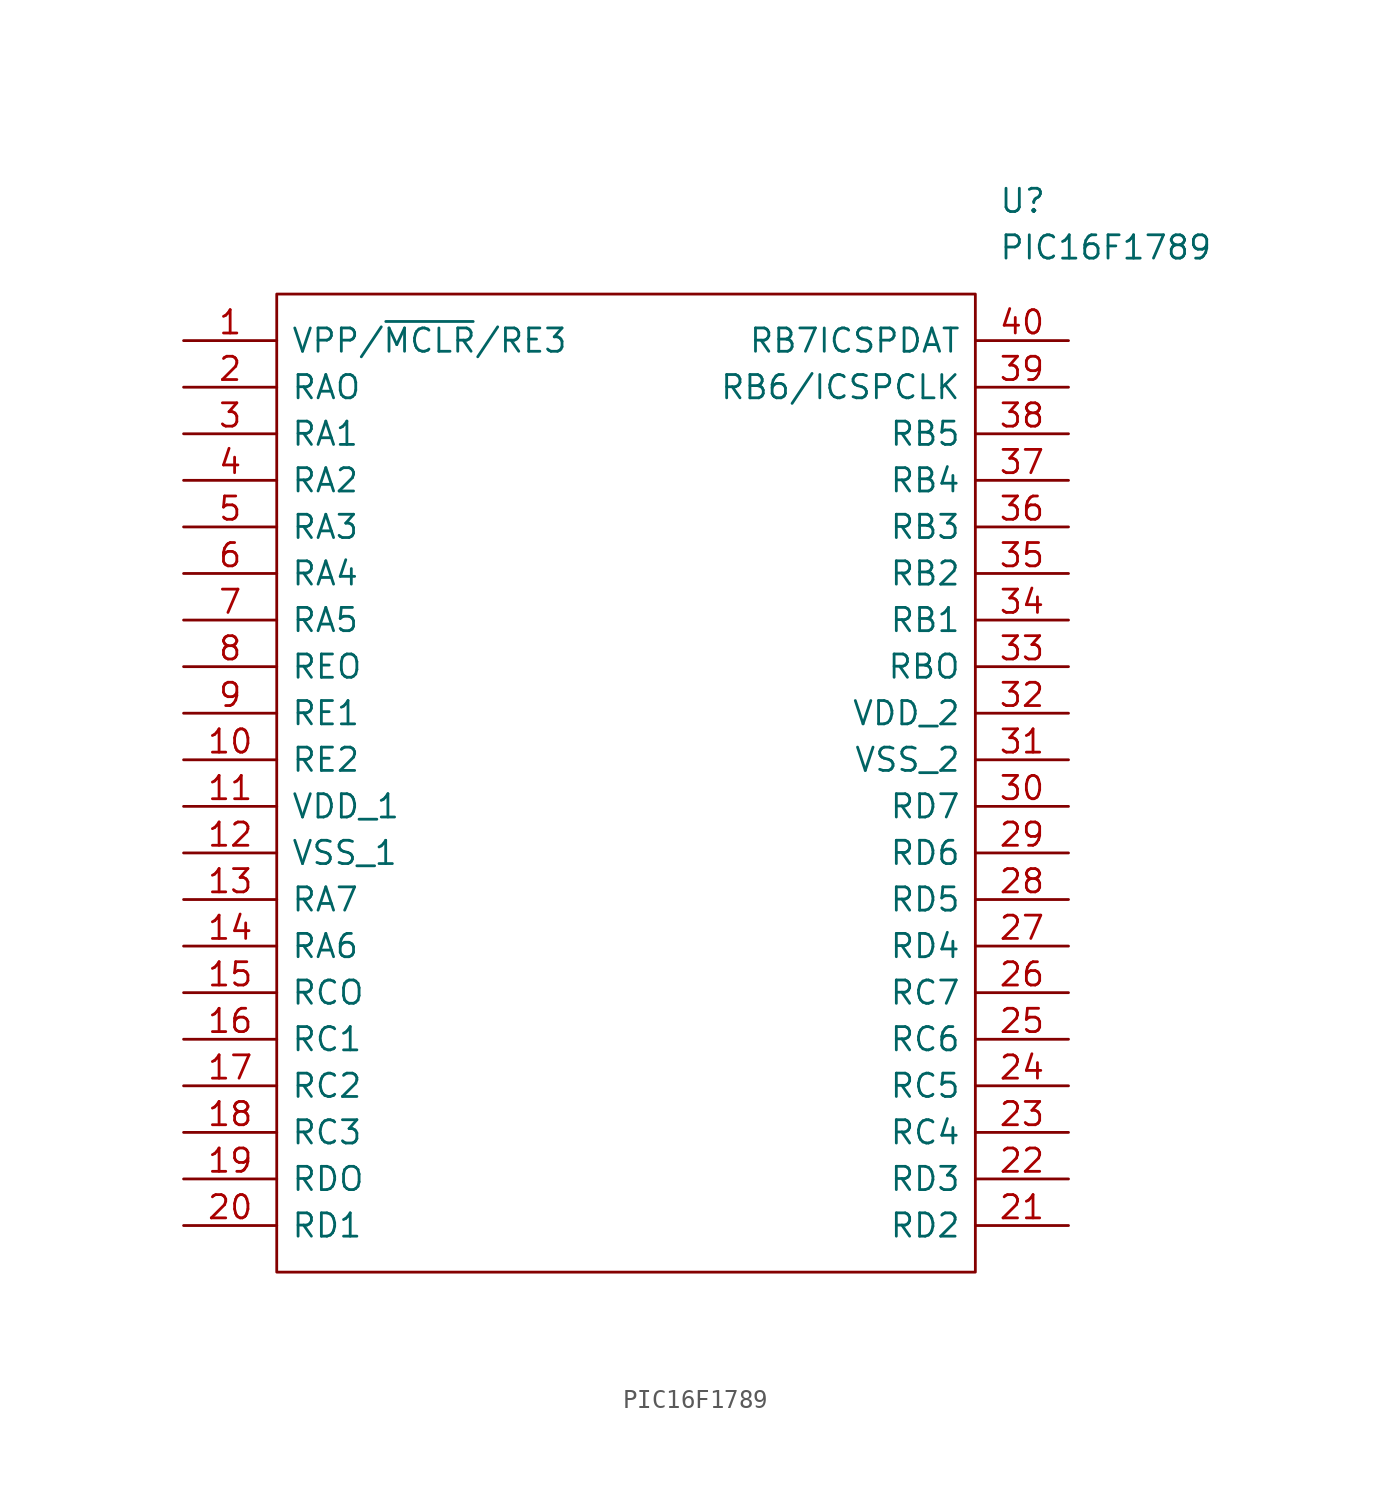
<source format=kicad_sym>
(kicad_symbol_lib
  (version 20211014)
  (generator kicad_symbol_editor)
  (symbol "PIC16F1789"
    (pin_names
      (offset 0.762))
    (property "Reference" "U"
      (at 44.45 7.62 0)
      (effects (font (size 1.27 1.27)) (justify left)))
    (property "Value" "PIC16F1789"
      (at 44.45 5.08 0)
      (effects (font (size 1.27 1.27)) (justify left)))
    (symbol "PIC16F1789_0_0"
      (pin passive line (at 0 0 0) (length 5.08) (name "VPP/~{MCLR}/RE3" (effects (font (size 1.27 1.27)))) (number "1" (effects (font (size 1.27 1.27)))))
      (pin passive line (at 0 -22.86 0) (length 5.08) (name "RE2" (effects (font (size 1.27 1.27)))) (number "10" (effects (font (size 1.27 1.27)))))
      (pin power_in line (at 0 -25.4 0) (length 5.08) (name "VDD_1" (effects (font (size 1.27 1.27)))) (number "11" (effects (font (size 1.27 1.27)))))
      (pin power_in line (at 0 -27.94 0) (length 5.08) (name "VSS_1" (effects (font (size 1.27 1.27)))) (number "12" (effects (font (size 1.27 1.27)))))
      (pin passive line (at 0 -30.48 0) (length 5.08) (name "RA7" (effects (font (size 1.27 1.27)))) (number "13" (effects (font (size 1.27 1.27)))))
      (pin passive line (at 0 -33.02 0) (length 5.08) (name "RA6" (effects (font (size 1.27 1.27)))) (number "14" (effects (font (size 1.27 1.27)))))
      (pin passive line (at 0 -35.56 0) (length 5.08) (name "RCO" (effects (font (size 1.27 1.27)))) (number "15" (effects (font (size 1.27 1.27)))))
      (pin passive line (at 0 -38.1 0) (length 5.08) (name "RC1" (effects (font (size 1.27 1.27)))) (number "16" (effects (font (size 1.27 1.27)))))
      (pin passive line (at 0 -40.64 0) (length 5.08) (name "RC2" (effects (font (size 1.27 1.27)))) (number "17" (effects (font (size 1.27 1.27)))))
      (pin passive line (at 0 -43.18 0) (length 5.08) (name "RC3" (effects (font (size 1.27 1.27)))) (number "18" (effects (font (size 1.27 1.27)))))
      (pin passive line (at 0 -45.72 0) (length 5.08) (name "RDO" (effects (font (size 1.27 1.27)))) (number "19" (effects (font (size 1.27 1.27)))))
      (pin passive line (at 0 -2.54 0) (length 5.08) (name "RAO" (effects (font (size 1.27 1.27)))) (number "2" (effects (font (size 1.27 1.27)))))
      (pin passive line (at 0 -48.26 0) (length 5.08) (name "RD1" (effects (font (size 1.27 1.27)))) (number "20" (effects (font (size 1.27 1.27)))))
      (pin passive line (at 48.26 -48.26 180) (length 5.08) (name "RD2" (effects (font (size 1.27 1.27)))) (number "21" (effects (font (size 1.27 1.27)))))
      (pin passive line (at 48.26 -45.72 180) (length 5.08) (name "RD3" (effects (font (size 1.27 1.27)))) (number "22" (effects (font (size 1.27 1.27)))))
      (pin passive line (at 48.26 -43.18 180) (length 5.08) (name "RC4" (effects (font (size 1.27 1.27)))) (number "23" (effects (font (size 1.27 1.27)))))
      (pin passive line (at 48.26 -40.64 180) (length 5.08) (name "RC5" (effects (font (size 1.27 1.27)))) (number "24" (effects (font (size 1.27 1.27)))))
      (pin passive line (at 48.26 -38.1 180) (length 5.08) (name "RC6" (effects (font (size 1.27 1.27)))) (number "25" (effects (font (size 1.27 1.27)))))
      (pin passive line (at 48.26 -35.56 180) (length 5.08) (name "RC7" (effects (font (size 1.27 1.27)))) (number "26" (effects (font (size 1.27 1.27)))))
      (pin passive line (at 48.26 -33.02 180) (length 5.08) (name "RD4" (effects (font (size 1.27 1.27)))) (number "27" (effects (font (size 1.27 1.27)))))
      (pin passive line (at 48.26 -30.48 180) (length 5.08) (name "RD5" (effects (font (size 1.27 1.27)))) (number "28" (effects (font (size 1.27 1.27)))))
      (pin passive line (at 48.26 -27.94 180) (length 5.08) (name "RD6" (effects (font (size 1.27 1.27)))) (number "29" (effects (font (size 1.27 1.27)))))
      (pin passive line (at 0 -5.08 0) (length 5.08) (name "RA1" (effects (font (size 1.27 1.27)))) (number "3" (effects (font (size 1.27 1.27)))))
      (pin passive line (at 48.26 -25.4 180) (length 5.08) (name "RD7" (effects (font (size 1.27 1.27)))) (number "30" (effects (font (size 1.27 1.27)))))
      (pin power_in line (at 48.26 -22.86 180) (length 5.08) (name "VSS_2" (effects (font (size 1.27 1.27)))) (number "31" (effects (font (size 1.27 1.27)))))
      (pin power_in line (at 48.26 -20.32 180) (length 5.08) (name "VDD_2" (effects (font (size 1.27 1.27)))) (number "32" (effects (font (size 1.27 1.27)))))
      (pin passive line (at 48.26 -17.78 180) (length 5.08) (name "RBO" (effects (font (size 1.27 1.27)))) (number "33" (effects (font (size 1.27 1.27)))))
      (pin passive line (at 48.26 -15.24 180) (length 5.08) (name "RB1" (effects (font (size 1.27 1.27)))) (number "34" (effects (font (size 1.27 1.27)))))
      (pin passive line (at 48.26 -12.7 180) (length 5.08) (name "RB2" (effects (font (size 1.27 1.27)))) (number "35" (effects (font (size 1.27 1.27)))))
      (pin passive line (at 48.26 -10.16 180) (length 5.08) (name "RB3" (effects (font (size 1.27 1.27)))) (number "36" (effects (font (size 1.27 1.27)))))
      (pin passive line (at 48.26 -7.62 180) (length 5.08) (name "RB4" (effects (font (size 1.27 1.27)))) (number "37" (effects (font (size 1.27 1.27)))))
      (pin passive line (at 48.26 -5.08 180) (length 5.08) (name "RB5" (effects (font (size 1.27 1.27)))) (number "38" (effects (font (size 1.27 1.27)))))
      (pin input line (at 48.26 -2.54 180) (length 5.08) (name "RB6/ICSPCLK" (effects (font (size 1.27 1.27)))) (number "39" (effects (font (size 1.27 1.27)))))
      (pin passive line (at 0 -7.62 0) (length 5.08) (name "RA2" (effects (font (size 1.27 1.27)))) (number "4" (effects (font (size 1.27 1.27)))))
      (pin input line (at 48.26 0 180) (length 5.08) (name "RB7ICSPDAT" (effects (font (size 1.27 1.27)))) (number "40" (effects (font (size 1.27 1.27)))))
      (pin passive line (at 0 -10.16 0) (length 5.08) (name "RA3" (effects (font (size 1.27 1.27)))) (number "5" (effects (font (size 1.27 1.27)))))
      (pin passive line (at 0 -12.7 0) (length 5.08) (name "RA4" (effects (font (size 1.27 1.27)))) (number "6" (effects (font (size 1.27 1.27)))))
      (pin passive line (at 0 -15.24 0) (length 5.08) (name "RA5" (effects (font (size 1.27 1.27)))) (number "7" (effects (font (size 1.27 1.27)))))
      (pin passive line (at 0 -17.78 0) (length 5.08) (name "REO" (effects (font (size 1.27 1.27)))) (number "8" (effects (font (size 1.27 1.27)))))
      (pin passive line (at 0 -20.32 0) (length 5.08) (name "RE1" (effects (font (size 1.27 1.27)))) (number "9" (effects (font (size 1.27 1.27))))))
    (symbol "PIC16F1789_0_1"
      (polyline (pts (xy 5.08 2.54) (xy 43.18 2.54) (xy 43.18 -50.8) (xy 5.08 -50.8) (xy 5.08 2.54)) (stroke (width 0.152) (type default) (color 0 0 0 0)) (fill (type none))))))
</source>
